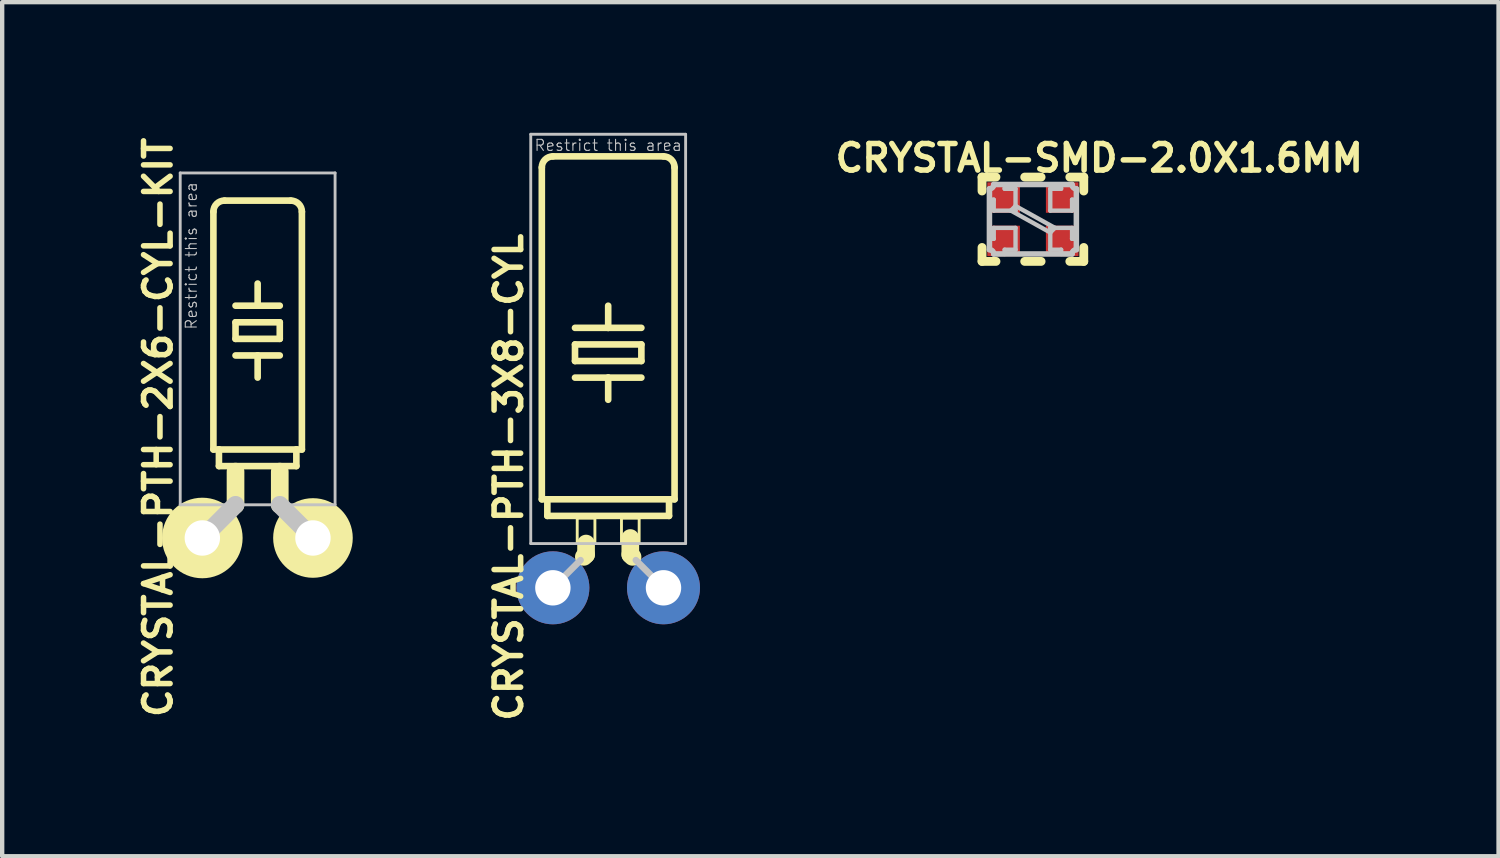
<source format=kicad_pcb>
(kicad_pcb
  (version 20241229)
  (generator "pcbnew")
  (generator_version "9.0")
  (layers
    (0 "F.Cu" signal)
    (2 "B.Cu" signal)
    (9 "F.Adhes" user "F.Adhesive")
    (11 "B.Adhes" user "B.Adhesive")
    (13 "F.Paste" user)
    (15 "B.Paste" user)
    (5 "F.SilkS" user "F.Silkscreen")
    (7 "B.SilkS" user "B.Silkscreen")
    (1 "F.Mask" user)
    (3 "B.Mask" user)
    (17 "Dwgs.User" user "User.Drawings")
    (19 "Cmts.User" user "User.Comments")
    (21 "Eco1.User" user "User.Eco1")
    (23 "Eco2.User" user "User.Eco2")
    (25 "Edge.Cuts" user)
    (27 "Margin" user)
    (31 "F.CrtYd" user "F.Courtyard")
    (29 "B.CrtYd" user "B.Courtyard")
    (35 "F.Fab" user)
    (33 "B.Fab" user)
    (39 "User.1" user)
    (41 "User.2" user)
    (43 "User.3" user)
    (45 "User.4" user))
  (footprint "CRYSTAL-PTH-2X6-CYL-KIT"
    (layer "F.Cu")
    (at 2.866 9.303)
    (property "Reference" "CRYSTAL-PTH-2X6-CYL-KIT" (at -2.286 -2.54 90) (layer "F.SilkS") (effects (font (size 0.61 0.61) (thickness 0.127))))
    (attr exclude_from_pos_files exclude_from_bom)
    (fp_line (start -1.016 -2.032) (end -1.016 -7.493) (stroke (width 0.152) (type solid)) (layer "F.SilkS"))
    (fp_line (start -1.016 -2.032) (end -0.889 -2.032) (stroke (width 0.152) (type solid)) (layer "F.SilkS"))
    (fp_line (start -0.889 -1.651) (end -0.889 -2.032) (stroke (width 0.152) (type solid)) (layer "F.SilkS"))
    (fp_line (start -0.889 -1.651) (end 0.889 -1.651) (stroke (width 0.152) (type solid)) (layer "F.SilkS"))
    (fp_line (start -0.762 -7.747) (end 0.762 -7.747) (stroke (width 0.152) (type solid)) (layer "F.SilkS"))
    (fp_line (start -0.508 -5.334) (end 0 -5.334) (stroke (width 0.152) (type solid)) (layer "F.SilkS"))
    (fp_line (start -0.508 -4.953) (end -0.508 -4.572) (stroke (width 0.152) (type solid)) (layer "F.SilkS"))
    (fp_line (start -0.508 -4.953) (end 0.508 -4.953) (stroke (width 0.152) (type solid)) (layer "F.SilkS"))
    (fp_line (start -0.508 -4.191) (end 0 -4.191) (stroke (width 0.152) (type solid)) (layer "F.SilkS"))
    (fp_line (start -0.508 -0.762) (end -0.508 -1.524) (stroke (width 0.406) (type solid)) (layer "F.SilkS"))
    (fp_line (start 0 -5.334) (end 0 -5.842) (stroke (width 0.152) (type solid)) (layer "F.SilkS"))
    (fp_line (start 0 -5.334) (end 0.508 -5.334) (stroke (width 0.152) (type solid)) (layer "F.SilkS"))
    (fp_line (start 0 -4.191) (end 0 -3.683) (stroke (width 0.152) (type solid)) (layer "F.SilkS"))
    (fp_line (start 0 -4.191) (end 0.508 -4.191) (stroke (width 0.152) (type solid)) (layer "F.SilkS"))
    (fp_line (start 0.508 -4.572) (end -0.508 -4.572) (stroke (width 0.152) (type solid)) (layer "F.SilkS"))
    (fp_line (start 0.508 -4.572) (end 0.508 -4.953) (stroke (width 0.152) (type solid)) (layer "F.SilkS"))
    (fp_line (start 0.508 -0.762) (end 0.508 -1.524) (stroke (width 0.406) (type solid)) (layer "F.SilkS"))
    (fp_line (start 0.889 -2.032) (end -0.889 -2.032) (stroke (width 0.152) (type solid)) (layer "F.SilkS"))
    (fp_line (start 0.889 -1.651) (end 0.889 -2.032) (stroke (width 0.152) (type solid)) (layer "F.SilkS"))
    (fp_line (start 1.016 -2.032) (end 0.889 -2.032) (stroke (width 0.152) (type solid)) (layer "F.SilkS"))
    (fp_line (start 1.016 -2.032) (end 1.016 -7.493) (stroke (width 0.152) (type solid)) (layer "F.SilkS"))
    (fp_arc (start -1.016 -7.493) (mid -0.941605 -7.672605) (end -0.762 -7.747) (stroke (width 0.1524) (type solid)) (layer "F.SilkS"))
    (fp_arc (start 0.762 -7.747) (mid 0.941605 -7.672605) (end 1.016 -7.493) (stroke (width 0.1524) (type solid)) (layer "F.SilkS"))
    (fp_circle (center -1.27 0) (end -1.27 -0.925) (stroke (width 0) (type solid)) (fill yes) (layer "F.SilkS"))
    (fp_circle (center -1.27 0) (end -1.27 -0.508) (stroke (width 0) (type solid)) (fill yes) (layer "F.SilkS"))
    (fp_circle (center 1.27 0) (end 1.27 -0.914) (stroke (width 0) (type solid)) (fill yes) (layer "F.SilkS"))
    (fp_circle (center 1.27 0) (end 1.27 -0.508) (stroke (width 0) (type solid)) (fill yes) (layer "F.SilkS"))
    (fp_line (start -1.778 -8.382) (end 1.778 -8.382) (stroke (width 0.066) (type solid)) (layer "Dwgs.User"))
    (fp_line (start -1.778 -0.762) (end -1.778 -8.382) (stroke (width 0.066) (type solid)) (layer "Dwgs.User"))
    (fp_line (start -1.778 -0.762) (end 1.778 -0.762) (stroke (width 0.066) (type solid)) (layer "Dwgs.User"))
    (fp_line (start -0.508 -0.762) (end -1.27 0) (stroke (width 0.406) (type solid)) (layer "Dwgs.User"))
    (fp_line (start 0.508 -0.762) (end 1.27 0) (stroke (width 0.406) (type solid)) (layer "Dwgs.User"))
    (fp_line (start 1.778 -0.762) (end 1.778 -8.382) (stroke (width 0.066) (type solid)) (layer "Dwgs.User"))
    (fp_text user "Restrict this area" (at -1.524 -6.477 90) (layer "Dwgs.User") (effects (font (size 0.254 0.254) (thickness 0.025))))
    (pad "1" thru_hole circle (at -1.27 0) (size 1.676 1.676) (drill 0.813) (layers "*.Cu" "*.Paste" "*.Mask"))
    (pad "2" thru_hole circle (at 1.27 0) (size 1.676 1.676) (drill 0.813) (layers "*.Cu" "*.Paste" "*.Mask")))
  (footprint "CRYSTAL-SMD-2.0X1.6MM"
    (layer "F.Cu")
    (at 20.667 1.984)
    (property "Reference" "CRYSTAL-SMD-2.0X1.6MM" (at 1.524 -1.405 0) (layer "F.SilkS") (effects (font (size 0.61 0.61) (thickness 0.127))))
    (attr smd)
    (fp_line (start -1.168 -0.648) (end -1.168 -0.968) (stroke (width 0.203) (type solid)) (layer "F.SilkS"))
    (fp_line (start -1.168 0.648) (end -1.168 0.968) (stroke (width 0.203) (type solid)) (layer "F.SilkS"))
    (fp_line (start -0.848 -0.968) (end -1.168 -0.968) (stroke (width 0.203) (type solid)) (layer "F.SilkS"))
    (fp_line (start -0.848 0.968) (end -1.168 0.968) (stroke (width 0.203) (type solid)) (layer "F.SilkS"))
    (fp_line (start -0.188 0.968) (end 0.188 0.968) (stroke (width 0.203) (type solid)) (layer "F.SilkS"))
    (fp_line (start 0.188 -0.968) (end -0.188 -0.968) (stroke (width 0.203) (type solid)) (layer "F.SilkS"))
    (fp_line (start 0.848 -0.968) (end 1.168 -0.968) (stroke (width 0.203) (type solid)) (layer "F.SilkS"))
    (fp_line (start 0.848 0.968) (end 1.168 0.968) (stroke (width 0.203) (type solid)) (layer "F.SilkS"))
    (fp_line (start 1.168 -0.648) (end 1.168 -0.968) (stroke (width 0.203) (type solid)) (layer "F.SilkS"))
    (fp_line (start 1.168 0.648) (end 1.168 0.968) (stroke (width 0.203) (type solid)) (layer "F.SilkS"))
    (fp_line (start -0.998 -0.699) (end -0.998 -0.45) (stroke (width 0.1) (type solid)) (layer "Dwgs.User"))
    (fp_line (start -0.998 -0.699) (end -0.998 0.699) (stroke (width 0.127) (type solid)) (layer "Dwgs.User"))
    (fp_line (start -0.998 -0.45) (end -0.899 -0.45) (stroke (width 0.1) (type solid)) (layer "Dwgs.User"))
    (fp_line (start -0.998 0.45) (end -0.899 0.45) (stroke (width 0.1) (type solid)) (layer "Dwgs.User"))
    (fp_line (start -0.998 0.699) (end -0.998 0.45) (stroke (width 0.1) (type solid)) (layer "Dwgs.User"))
    (fp_line (start -0.968 -0.704) (end -0.998 -0.699) (stroke (width 0.1) (type solid)) (layer "Dwgs.User"))
    (fp_line (start -0.968 0.704) (end -0.998 0.699) (stroke (width 0.1) (type solid)) (layer "Dwgs.User"))
    (fp_line (start -0.94 -0.719) (end -0.968 -0.704) (stroke (width 0.1) (type solid)) (layer "Dwgs.User"))
    (fp_line (start -0.94 0.719) (end -0.968 0.704) (stroke (width 0.1) (type solid)) (layer "Dwgs.User"))
    (fp_line (start -0.917 -0.739) (end -0.94 -0.719) (stroke (width 0.1) (type solid)) (layer "Dwgs.User"))
    (fp_line (start -0.917 0.739) (end -0.94 0.719) (stroke (width 0.1) (type solid)) (layer "Dwgs.User"))
    (fp_line (start -0.904 -0.767) (end -0.917 -0.739) (stroke (width 0.1) (type solid)) (layer "Dwgs.User"))
    (fp_line (start -0.904 0.767) (end -0.917 0.739) (stroke (width 0.1) (type solid)) (layer "Dwgs.User"))
    (fp_line (start -0.899 -0.798) (end -0.904 -0.767) (stroke (width 0.1) (type solid)) (layer "Dwgs.User"))
    (fp_line (start -0.899 -0.45) (end -0.899 -0.198) (stroke (width 0.1) (type solid)) (layer "Dwgs.User"))
    (fp_line (start -0.899 -0.198) (end -0.399 -0.198) (stroke (width 0.1) (type solid)) (layer "Dwgs.User"))
    (fp_line (start -0.899 0.198) (end -0.399 0.198) (stroke (width 0.1) (type solid)) (layer "Dwgs.User"))
    (fp_line (start -0.899 0.45) (end -0.899 0.198) (stroke (width 0.1) (type solid)) (layer "Dwgs.User"))
    (fp_line (start -0.899 0.798) (end -0.904 0.767) (stroke (width 0.1) (type solid)) (layer "Dwgs.User"))
    (fp_line (start -0.899 0.798) (end 0.899 0.798) (stroke (width 0.127) (type solid)) (layer "Dwgs.User"))
    (fp_line (start -0.648 -0.798) (end -0.899 -0.798) (stroke (width 0.1) (type solid)) (layer "Dwgs.User"))
    (fp_line (start -0.648 -0.699) (end -0.648 -0.798) (stroke (width 0.1) (type solid)) (layer "Dwgs.User"))
    (fp_line (start -0.648 0.699) (end -0.648 0.798) (stroke (width 0.1) (type solid)) (layer "Dwgs.User"))
    (fp_line (start -0.648 0.798) (end -0.899 0.798) (stroke (width 0.1) (type solid)) (layer "Dwgs.User"))
    (fp_line (start -0.505 -0.198) (end 0.399 0.305) (stroke (width 0.1) (type solid)) (layer "Dwgs.User"))
    (fp_line (start -0.399 -0.699) (end -0.648 -0.699) (stroke (width 0.1) (type solid)) (layer "Dwgs.User"))
    (fp_line (start -0.399 -0.305) (end -0.505 -0.198) (stroke (width 0.1) (type solid)) (layer "Dwgs.User"))
    (fp_line (start -0.399 -0.198) (end -0.399 -0.699) (stroke (width 0.1) (type solid)) (layer "Dwgs.User"))
    (fp_line (start -0.399 0.198) (end -0.399 0.699) (stroke (width 0.1) (type solid)) (layer "Dwgs.User"))
    (fp_line (start -0.399 0.699) (end -0.648 0.699) (stroke (width 0.1) (type solid)) (layer "Dwgs.User"))
    (fp_line (start 0.399 -0.699) (end 0.648 -0.699) (stroke (width 0.1) (type solid)) (layer "Dwgs.User"))
    (fp_line (start 0.399 -0.198) (end 0.399 -0.699) (stroke (width 0.1) (type solid)) (layer "Dwgs.User"))
    (fp_line (start 0.399 0.198) (end 0.399 0.699) (stroke (width 0.1) (type solid)) (layer "Dwgs.User"))
    (fp_line (start 0.399 0.305) (end 0.505 0.198) (stroke (width 0.1) (type solid)) (layer "Dwgs.User"))
    (fp_line (start 0.399 0.699) (end 0.648 0.699) (stroke (width 0.1) (type solid)) (layer "Dwgs.User"))
    (fp_line (start 0.505 0.198) (end -0.399 -0.305) (stroke (width 0.1) (type solid)) (layer "Dwgs.User"))
    (fp_line (start 0.648 -0.798) (end 0.899 -0.798) (stroke (width 0.1) (type solid)) (layer "Dwgs.User"))
    (fp_line (start 0.648 -0.699) (end 0.648 -0.798) (stroke (width 0.1) (type solid)) (layer "Dwgs.User"))
    (fp_line (start 0.648 0.699) (end 0.648 0.798) (stroke (width 0.1) (type solid)) (layer "Dwgs.User"))
    (fp_line (start 0.648 0.798) (end 0.899 0.798) (stroke (width 0.1) (type solid)) (layer "Dwgs.User"))
    (fp_line (start 0.899 -0.798) (end -0.899 -0.798) (stroke (width 0.127) (type solid)) (layer "Dwgs.User"))
    (fp_line (start 0.899 -0.798) (end 0.904 -0.767) (stroke (width 0.1) (type solid)) (layer "Dwgs.User"))
    (fp_line (start 0.899 -0.45) (end 0.899 -0.198) (stroke (width 0.1) (type solid)) (layer "Dwgs.User"))
    (fp_line (start 0.899 -0.198) (end 0.399 -0.198) (stroke (width 0.1) (type solid)) (layer "Dwgs.User"))
    (fp_line (start 0.899 0.198) (end 0.399 0.198) (stroke (width 0.1) (type solid)) (layer "Dwgs.User"))
    (fp_line (start 0.899 0.45) (end 0.899 0.198) (stroke (width 0.1) (type solid)) (layer "Dwgs.User"))
    (fp_line (start 0.899 0.798) (end 0.904 0.767) (stroke (width 0.1) (type solid)) (layer "Dwgs.User"))
    (fp_line (start 0.904 -0.767) (end 0.917 -0.739) (stroke (width 0.1) (type solid)) (layer "Dwgs.User"))
    (fp_line (start 0.904 0.767) (end 0.917 0.739) (stroke (width 0.1) (type solid)) (layer "Dwgs.User"))
    (fp_line (start 0.917 -0.739) (end 0.94 -0.719) (stroke (width 0.1) (type solid)) (layer "Dwgs.User"))
    (fp_line (start 0.917 0.739) (end 0.94 0.719) (stroke (width 0.1) (type solid)) (layer "Dwgs.User"))
    (fp_line (start 0.94 -0.719) (end 0.968 -0.704) (stroke (width 0.1) (type solid)) (layer "Dwgs.User"))
    (fp_line (start 0.94 0.719) (end 0.968 0.704) (stroke (width 0.1) (type solid)) (layer "Dwgs.User"))
    (fp_line (start 0.968 -0.704) (end 0.998 -0.699) (stroke (width 0.1) (type solid)) (layer "Dwgs.User"))
    (fp_line (start 0.968 0.704) (end 0.998 0.699) (stroke (width 0.1) (type solid)) (layer "Dwgs.User"))
    (fp_line (start 0.998 -0.699) (end 0.998 -0.45) (stroke (width 0.1) (type solid)) (layer "Dwgs.User"))
    (fp_line (start 0.998 -0.45) (end 0.899 -0.45) (stroke (width 0.1) (type solid)) (layer "Dwgs.User"))
    (fp_line (start 0.998 0.45) (end 0.899 0.45) (stroke (width 0.1) (type solid)) (layer "Dwgs.User"))
    (fp_line (start 0.998 0.699) (end 0.998 -0.699) (stroke (width 0.127) (type solid)) (layer "Dwgs.User"))
    (fp_line (start 0.998 0.699) (end 0.998 0.45) (stroke (width 0.1) (type solid)) (layer "Dwgs.User"))
    (fp_arc (start -0.99822 0.6985) (mid -0.928174 0.727514) (end -0.89916 0.79756) (stroke (width 0.127) (type solid)) (layer "Dwgs.User"))
    (fp_arc (start -0.89916 -0.79756) (mid -0.928174 -0.727514) (end -0.99822 -0.6985) (stroke (width 0.127) (type solid)) (layer "Dwgs.User"))
    (fp_arc (start 0.89916 0.79756) (mid 0.928174 0.727514) (end 0.99822 0.6985) (stroke (width 0.127) (type solid)) (layer "Dwgs.User"))
    (fp_arc (start 0.99822 -0.6985) (mid 0.928174 -0.727514) (end 0.89916 -0.79756) (stroke (width 0.127) (type solid)) (layer "Dwgs.User"))
    (pad "1" smd rect (at -0.673 0.498) (size 0.749 0.699) (layers "F.Cu" "F.Mask" "F.Paste"))
    (pad "2" smd rect (at 0.673 0.498 180) (size 0.749 0.699) (layers "F.Cu" "F.Mask" "F.Paste"))
    (pad "3" smd rect (at 0.673 -0.498 180) (size 0.749 0.699) (layers "F.Cu" "F.Mask" "F.Paste"))
    (pad "4" smd rect (at -0.673 -0.498) (size 0.749 0.699) (layers "F.Cu" "F.Mask" "F.Paste")))
  (footprint "CRYSTAL-PTH-3X8-CYL"
    (layer "F.Cu")
    (at 10.915 10.447)
    (property "Reference" "CRYSTAL-PTH-3X8-CYL" (at -2.286 -2.54 90) (layer "F.SilkS") (effects (font (size 0.61 0.61) (thickness 0.127))))
    (attr exclude_from_pos_files exclude_from_bom)
    (fp_line (start -1.524 -2.032) (end -1.524 -9.652) (stroke (width 0.152) (type solid)) (layer "F.SilkS"))
    (fp_line (start -1.524 -2.032) (end -1.397 -2.032) (stroke (width 0.152) (type solid)) (layer "F.SilkS"))
    (fp_line (start -1.397 -1.651) (end -1.397 -2.032) (stroke (width 0.152) (type solid)) (layer "F.SilkS"))
    (fp_line (start -1.397 -1.651) (end 1.397 -1.651) (stroke (width 0.152) (type solid)) (layer "F.SilkS"))
    (fp_line (start -1.27 -9.906) (end 1.27 -9.906) (stroke (width 0.152) (type solid)) (layer "F.SilkS"))
    (fp_line (start -0.762 -5.969) (end 0 -5.969) (stroke (width 0.152) (type solid)) (layer "F.SilkS"))
    (fp_line (start -0.762 -5.588) (end -0.762 -5.207) (stroke (width 0.152) (type solid)) (layer "F.SilkS"))
    (fp_line (start -0.762 -5.588) (end 0.762 -5.588) (stroke (width 0.152) (type solid)) (layer "F.SilkS"))
    (fp_line (start -0.762 -4.826) (end 0 -4.826) (stroke (width 0.152) (type solid)) (layer "F.SilkS"))
    (fp_line (start -0.711 -1.6) (end -0.305 -1.6) (stroke (width 0.066) (type solid)) (layer "F.SilkS"))
    (fp_line (start -0.711 -1.016) (end -0.711 -1.6) (stroke (width 0.066) (type solid)) (layer "F.SilkS"))
    (fp_line (start -0.711 -1.016) (end -0.305 -1.016) (stroke (width 0.066) (type solid)) (layer "F.SilkS"))
    (fp_line (start -0.559 -0.711) (end -0.508 -0.762) (stroke (width 0.406) (type solid)) (layer "F.SilkS"))
    (fp_line (start -0.508 -0.762) (end -0.508 -1.016) (stroke (width 0.406) (type solid)) (layer "F.SilkS"))
    (fp_line (start -0.305 -1.016) (end -0.305 -1.6) (stroke (width 0.066) (type solid)) (layer "F.SilkS"))
    (fp_line (start 0 -5.969) (end 0 -6.477) (stroke (width 0.152) (type solid)) (layer "F.SilkS"))
    (fp_line (start 0 -5.969) (end 0.762 -5.969) (stroke (width 0.152) (type solid)) (layer "F.SilkS"))
    (fp_line (start 0 -4.826) (end 0 -4.318) (stroke (width 0.152) (type solid)) (layer "F.SilkS"))
    (fp_line (start 0 -4.826) (end 0.762 -4.826) (stroke (width 0.152) (type solid)) (layer "F.SilkS"))
    (fp_line (start 0.305 -1.6) (end 0.711 -1.6) (stroke (width 0.066) (type solid)) (layer "F.SilkS"))
    (fp_line (start 0.305 -1.016) (end 0.305 -1.6) (stroke (width 0.066) (type solid)) (layer "F.SilkS"))
    (fp_line (start 0.305 -1.016) (end 0.711 -1.016) (stroke (width 0.066) (type solid)) (layer "F.SilkS"))
    (fp_line (start 0.508 -0.762) (end 0.508 -1.143) (stroke (width 0.406) (type solid)) (layer "F.SilkS"))
    (fp_line (start 0.559 -0.711) (end 0.508 -0.762) (stroke (width 0.406) (type solid)) (layer "F.SilkS"))
    (fp_line (start 0.711 -1.016) (end 0.711 -1.6) (stroke (width 0.066) (type solid)) (layer "F.SilkS"))
    (fp_line (start 0.762 -5.207) (end -0.762 -5.207) (stroke (width 0.152) (type solid)) (layer "F.SilkS"))
    (fp_line (start 0.762 -5.207) (end 0.762 -5.588) (stroke (width 0.152) (type solid)) (layer "F.SilkS"))
    (fp_line (start 1.397 -2.032) (end -1.397 -2.032) (stroke (width 0.152) (type solid)) (layer "F.SilkS"))
    (fp_line (start 1.397 -1.651) (end 1.397 -2.032) (stroke (width 0.152) (type solid)) (layer "F.SilkS"))
    (fp_line (start 1.524 -2.032) (end 1.397 -2.032) (stroke (width 0.152) (type solid)) (layer "F.SilkS"))
    (fp_line (start 1.524 -2.032) (end 1.524 -9.652) (stroke (width 0.152) (type solid)) (layer "F.SilkS"))
    (fp_arc (start -1.524 -9.652) (mid -1.449605 -9.831605) (end -1.27 -9.906) (stroke (width 0.1524) (type solid)) (layer "F.SilkS"))
    (fp_arc (start 1.27 -9.906) (mid 1.449605 -9.831605) (end 1.524 -9.652) (stroke (width 0.1524) (type solid)) (layer "F.SilkS"))
    (fp_line (start -1.778 -10.414) (end 1.778 -10.414) (stroke (width 0.066) (type solid)) (layer "Dwgs.User"))
    (fp_line (start -1.778 -1.016) (end -1.778 -10.414) (stroke (width 0.066) (type solid)) (layer "Dwgs.User"))
    (fp_line (start -1.778 -1.016) (end 1.778 -1.016) (stroke (width 0.066) (type solid)) (layer "Dwgs.User"))
    (fp_line (start -0.635 -0.635) (end -1.27 0) (stroke (width 0.152) (type solid)) (layer "Dwgs.User"))
    (fp_line (start 0.635 -0.635) (end 1.27 0) (stroke (width 0.152) (type solid)) (layer "Dwgs.User"))
    (fp_line (start 1.778 -1.016) (end 1.778 -10.414) (stroke (width 0.066) (type solid)) (layer "Dwgs.User"))
    (fp_text user "Restrict this area" (at 0 -10.16 0) (layer "Dwgs.User") (effects (font (size 0.254 0.254) (thickness 0.025))))
    (pad "1" thru_hole circle (at -1.27 0) (size 1.676 1.676) (drill 0.813) (layers "*.Cu" "*.Paste" "*.Mask"))
    (pad "2" thru_hole circle (at 1.27 0) (size 1.676 1.676) (drill 0.813) (layers "*.Cu" "*.Paste" "*.Mask")))
  (gr_rect
    (start -3 -3)
    (end 31.359 16.61)
    (stroke (width 0.1) (type default))
    (fill no)
    (layer "Edge.Cuts")))
</source>
